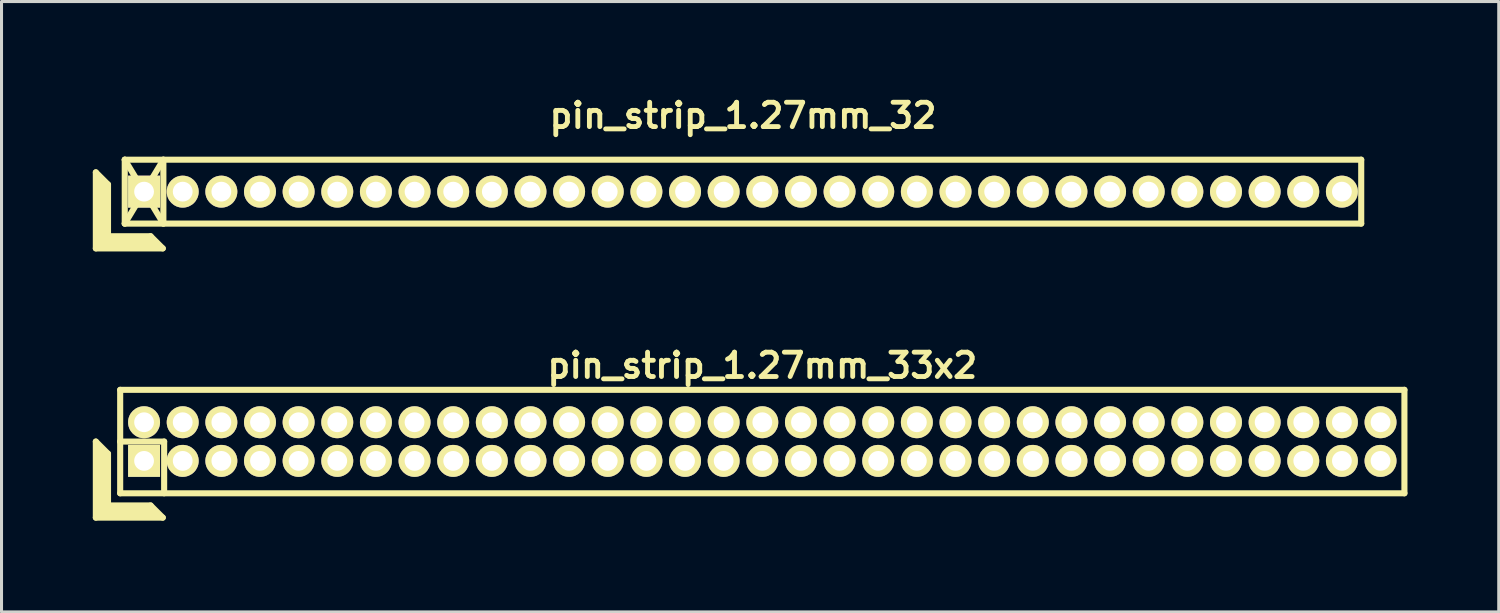
<source format=kicad_pcb>
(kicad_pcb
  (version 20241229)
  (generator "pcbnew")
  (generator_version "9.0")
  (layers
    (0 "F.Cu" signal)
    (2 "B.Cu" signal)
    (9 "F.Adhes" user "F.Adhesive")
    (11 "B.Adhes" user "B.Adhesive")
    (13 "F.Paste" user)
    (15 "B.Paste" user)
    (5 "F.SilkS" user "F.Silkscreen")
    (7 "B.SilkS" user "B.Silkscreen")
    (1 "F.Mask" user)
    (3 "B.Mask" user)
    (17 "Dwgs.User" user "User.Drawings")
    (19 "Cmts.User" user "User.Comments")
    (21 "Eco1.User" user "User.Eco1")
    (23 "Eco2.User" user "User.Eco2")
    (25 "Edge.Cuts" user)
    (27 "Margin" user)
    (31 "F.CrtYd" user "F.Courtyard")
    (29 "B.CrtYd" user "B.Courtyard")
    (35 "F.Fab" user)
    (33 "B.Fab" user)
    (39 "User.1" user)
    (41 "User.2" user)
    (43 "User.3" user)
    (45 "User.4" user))
  (footprint "pin_strip_1.27mm_32"
    (layer "F.Cu")
    (at 21.37 3.249)
    (property "Reference" "pin_strip_1.27mm_32" (at 0 -2.5 0) (layer "F.SilkS") (effects (font (size 0.8 0.8) (thickness 0.16))))
    (attr through_hole)
    (fp_line (start -21.27 -0.635) (end -21.27 1.865) (stroke (width 0.2) (type solid)) (layer "F.SilkS"))
    (fp_line (start -21.27 -0.635) (end -20.87 -0.235) (stroke (width 0.2) (type solid)) (layer "F.SilkS"))
    (fp_line (start -21.27 1.865) (end -19.07 1.865) (stroke (width 0.2) (type solid)) (layer "F.SilkS"))
    (fp_line (start -21.17 1.765) (end -21.17 -0.435) (stroke (width 0.2) (type solid)) (layer "F.SilkS"))
    (fp_line (start -21.17 1.765) (end -19.27 1.765) (stroke (width 0.2) (type solid)) (layer "F.SilkS"))
    (fp_line (start -21.07 1.665) (end -21.07 -0.335) (stroke (width 0.2) (type solid)) (layer "F.SilkS"))
    (fp_line (start -21.07 1.665) (end -19.37 1.665) (stroke (width 0.2) (type solid)) (layer "F.SilkS"))
    (fp_line (start -20.97 1.565) (end -20.97 -0.235) (stroke (width 0.2) (type solid)) (layer "F.SilkS"))
    (fp_line (start -20.97 1.565) (end -19.47 1.565) (stroke (width 0.2) (type solid)) (layer "F.SilkS"))
    (fp_line (start -20.87 1.465) (end -20.87 -0.235) (stroke (width 0.2) (type solid)) (layer "F.SilkS"))
    (fp_line (start -20.87 1.465) (end -19.47 1.465) (stroke (width 0.2) (type solid)) (layer "F.SilkS"))
    (fp_line (start -20.32 -1.05) (end -19.05 1.05) (stroke (width 0.2) (type solid)) (layer "F.SilkS"))
    (fp_line (start -20.32 -1.05) (end 20.32 -1.05) (stroke (width 0.2) (type solid)) (layer "F.SilkS"))
    (fp_line (start -20.32 1.05) (end -20.32 -1.05) (stroke (width 0.2) (type solid)) (layer "F.SilkS"))
    (fp_line (start -20.32 1.05) (end -19.05 -1.05) (stroke (width 0.2) (type solid)) (layer "F.SilkS"))
    (fp_line (start -19.47 1.465) (end -19.07 1.865) (stroke (width 0.2) (type solid)) (layer "F.SilkS"))
    (fp_line (start -19.05 -1.05) (end -19.05 1.05) (stroke (width 0.2) (type solid)) (layer "F.SilkS"))
    (fp_line (start 20.32 -1.05) (end 20.32 1.05) (stroke (width 0.2) (type solid)) (layer "F.SilkS"))
    (fp_line (start 20.32 1.05) (end -20.32 1.05) (stroke (width 0.2) (type solid)) (layer "F.SilkS"))
    (pad "1" thru_hole rect (at -19.685 0) (size 1.05 1.05) (drill 0.65) (layers "*.Cu" "*.Mask" "F.SilkS"))
    (pad "2" thru_hole oval (at -18.415 0) (size 1.05 1.05) (drill 0.65) (layers "*.Cu" "*.Mask" "F.SilkS"))
    (pad "3" thru_hole oval (at -17.145 0) (size 1.05 1.05) (drill 0.65) (layers "*.Cu" "*.Mask" "F.SilkS"))
    (pad "4" thru_hole oval (at -15.875 0) (size 1.05 1.05) (drill 0.65) (layers "*.Cu" "*.Mask" "F.SilkS"))
    (pad "5" thru_hole oval (at -14.605 0) (size 1.05 1.05) (drill 0.65) (layers "*.Cu" "*.Mask" "F.SilkS"))
    (pad "6" thru_hole oval (at -13.335 0) (size 1.05 1.05) (drill 0.65) (layers "*.Cu" "*.Mask" "F.SilkS"))
    (pad "7" thru_hole oval (at -12.065 0) (size 1.05 1.05) (drill 0.65) (layers "*.Cu" "*.Mask" "F.SilkS"))
    (pad "8" thru_hole oval (at -10.795 0) (size 1.05 1.05) (drill 0.65) (layers "*.Cu" "*.Mask" "F.SilkS"))
    (pad "9" thru_hole oval (at -9.525 0) (size 1.05 1.05) (drill 0.65) (layers "*.Cu" "*.Mask" "F.SilkS"))
    (pad "10" thru_hole oval (at -8.255 0) (size 1.05 1.05) (drill 0.65) (layers "*.Cu" "*.Mask" "F.SilkS"))
    (pad "11" thru_hole oval (at -6.985 0) (size 1.05 1.05) (drill 0.65) (layers "*.Cu" "*.Mask" "F.SilkS"))
    (pad "12" thru_hole oval (at -5.715 0) (size 1.05 1.05) (drill 0.65) (layers "*.Cu" "*.Mask" "F.SilkS"))
    (pad "13" thru_hole oval (at -4.445 0) (size 1.05 1.05) (drill 0.65) (layers "*.Cu" "*.Mask" "F.SilkS"))
    (pad "14" thru_hole oval (at -3.175 0) (size 1.05 1.05) (drill 0.65) (layers "*.Cu" "*.Mask" "F.SilkS"))
    (pad "15" thru_hole oval (at -1.905 0) (size 1.05 1.05) (drill 0.65) (layers "*.Cu" "*.Mask" "F.SilkS"))
    (pad "16" thru_hole oval (at -0.635 0) (size 1.05 1.05) (drill 0.65) (layers "*.Cu" "*.Mask" "F.SilkS"))
    (pad "17" thru_hole oval (at 0.635 0) (size 1.05 1.05) (drill 0.65) (layers "*.Cu" "*.Mask" "F.SilkS"))
    (pad "18" thru_hole oval (at 1.905 0) (size 1.05 1.05) (drill 0.65) (layers "*.Cu" "*.Mask" "F.SilkS"))
    (pad "19" thru_hole oval (at 3.175 0) (size 1.05 1.05) (drill 0.65) (layers "*.Cu" "*.Mask" "F.SilkS"))
    (pad "20" thru_hole oval (at 4.445 0) (size 1.05 1.05) (drill 0.65) (layers "*.Cu" "*.Mask" "F.SilkS"))
    (pad "21" thru_hole oval (at 5.715 0) (size 1.05 1.05) (drill 0.65) (layers "*.Cu" "*.Mask" "F.SilkS"))
    (pad "22" thru_hole oval (at 6.985 0) (size 1.05 1.05) (drill 0.65) (layers "*.Cu" "*.Mask" "F.SilkS"))
    (pad "23" thru_hole oval (at 8.255 0) (size 1.05 1.05) (drill 0.65) (layers "*.Cu" "*.Mask" "F.SilkS"))
    (pad "24" thru_hole oval (at 9.525 0) (size 1.05 1.05) (drill 0.65) (layers "*.Cu" "*.Mask" "F.SilkS"))
    (pad "25" thru_hole oval (at 10.795 0) (size 1.05 1.05) (drill 0.65) (layers "*.Cu" "*.Mask" "F.SilkS"))
    (pad "26" thru_hole oval (at 12.065 0) (size 1.05 1.05) (drill 0.65) (layers "*.Cu" "*.Mask" "F.SilkS"))
    (pad "27" thru_hole oval (at 13.335 0) (size 1.05 1.05) (drill 0.65) (layers "*.Cu" "*.Mask" "F.SilkS"))
    (pad "28" thru_hole oval (at 14.605 0) (size 1.05 1.05) (drill 0.65) (layers "*.Cu" "*.Mask" "F.SilkS"))
    (pad "29" thru_hole oval (at 15.875 0) (size 1.05 1.05) (drill 0.65) (layers "*.Cu" "*.Mask" "F.SilkS"))
    (pad "30" thru_hole oval (at 17.145 0) (size 1.05 1.05) (drill 0.65) (layers "*.Cu" "*.Mask" "F.SilkS"))
    (pad "31" thru_hole oval (at 18.415 0) (size 1.05 1.05) (drill 0.65) (layers "*.Cu" "*.Mask" "F.SilkS"))
    (pad "32" thru_hole oval (at 19.685 0) (size 1.05 1.05) (drill 0.65) (layers "*.Cu" "*.Mask" "F.SilkS")))
  (footprint "pin_strip_1.27mm_33x2"
    (layer "F.Cu")
    (at 22.005 11.463)
    (property "Reference" "pin_strip_1.27mm_33x2" (at 0 -2.5 0) (layer "F.SilkS") (effects (font (size 0.8 0.8) (thickness 0.16))))
    (attr through_hole)
    (fp_line (start -21.905 0) (end -21.905 2.5) (stroke (width 0.2) (type solid)) (layer "F.SilkS"))
    (fp_line (start -21.905 0) (end -21.505 0.4) (stroke (width 0.2) (type solid)) (layer "F.SilkS"))
    (fp_line (start -21.905 2.5) (end -19.705 2.5) (stroke (width 0.2) (type solid)) (layer "F.SilkS"))
    (fp_line (start -21.805 2.4) (end -21.805 0.2) (stroke (width 0.2) (type solid)) (layer "F.SilkS"))
    (fp_line (start -21.805 2.4) (end -19.905 2.4) (stroke (width 0.2) (type solid)) (layer "F.SilkS"))
    (fp_line (start -21.705 2.3) (end -21.705 0.3) (stroke (width 0.2) (type solid)) (layer "F.SilkS"))
    (fp_line (start -21.705 2.3) (end -20.005 2.3) (stroke (width 0.2) (type solid)) (layer "F.SilkS"))
    (fp_line (start -21.605 2.2) (end -21.605 0.4) (stroke (width 0.2) (type solid)) (layer "F.SilkS"))
    (fp_line (start -21.605 2.2) (end -20.105 2.2) (stroke (width 0.2) (type solid)) (layer "F.SilkS"))
    (fp_line (start -21.505 2.1) (end -21.505 0.4) (stroke (width 0.2) (type solid)) (layer "F.SilkS"))
    (fp_line (start -21.505 2.1) (end -20.105 2.1) (stroke (width 0.2) (type solid)) (layer "F.SilkS"))
    (fp_line (start -21.11 0) (end -19.66 0) (stroke (width 0.2) (type solid)) (layer "F.SilkS"))
    (fp_line (start -21.105 -1.7) (end 21.105 -1.7) (stroke (width 0.2) (type solid)) (layer "F.SilkS"))
    (fp_line (start -21.105 1.7) (end -21.105 -1.7) (stroke (width 0.2) (type solid)) (layer "F.SilkS"))
    (fp_line (start -20.105 2.1) (end -19.705 2.5) (stroke (width 0.2) (type solid)) (layer "F.SilkS"))
    (fp_line (start -19.66 0) (end -19.66 1.7) (stroke (width 0.2) (type solid)) (layer "F.SilkS"))
    (fp_line (start 21.105 -1.7) (end 21.105 1.7) (stroke (width 0.2) (type solid)) (layer "F.SilkS"))
    (fp_line (start 21.105 1.7) (end -21.105 1.7) (stroke (width 0.2) (type solid)) (layer "F.SilkS"))
    (pad "1" thru_hole rect (at -20.32 0.635) (size 1.05 1.05) (drill 0.65) (layers "*.Cu" "*.Mask" "F.SilkS"))
    (pad "2" thru_hole oval (at -20.32 -0.635) (size 1.05 1.05) (drill 0.65) (layers "*.Cu" "*.Mask" "F.SilkS"))
    (pad "3" thru_hole oval (at -19.05 0.635) (size 1.05 1.05) (drill 0.65) (layers "*.Cu" "*.Mask" "F.SilkS"))
    (pad "4" thru_hole oval (at -19.05 -0.635) (size 1.05 1.05) (drill 0.65) (layers "*.Cu" "*.Mask" "F.SilkS"))
    (pad "5" thru_hole oval (at -17.78 0.635) (size 1.05 1.05) (drill 0.65) (layers "*.Cu" "*.Mask" "F.SilkS"))
    (pad "6" thru_hole oval (at -17.78 -0.635) (size 1.05 1.05) (drill 0.65) (layers "*.Cu" "*.Mask" "F.SilkS"))
    (pad "7" thru_hole oval (at -16.51 0.635) (size 1.05 1.05) (drill 0.65) (layers "*.Cu" "*.Mask" "F.SilkS"))
    (pad "8" thru_hole oval (at -16.51 -0.635) (size 1.05 1.05) (drill 0.65) (layers "*.Cu" "*.Mask" "F.SilkS"))
    (pad "9" thru_hole oval (at -15.24 0.635) (size 1.05 1.05) (drill 0.65) (layers "*.Cu" "*.Mask" "F.SilkS"))
    (pad "10" thru_hole oval (at -15.24 -0.635) (size 1.05 1.05) (drill 0.65) (layers "*.Cu" "*.Mask" "F.SilkS"))
    (pad "11" thru_hole oval (at -13.97 0.635) (size 1.05 1.05) (drill 0.65) (layers "*.Cu" "*.Mask" "F.SilkS"))
    (pad "12" thru_hole oval (at -13.97 -0.635) (size 1.05 1.05) (drill 0.65) (layers "*.Cu" "*.Mask" "F.SilkS"))
    (pad "13" thru_hole oval (at -12.7 0.635) (size 1.05 1.05) (drill 0.65) (layers "*.Cu" "*.Mask" "F.SilkS"))
    (pad "14" thru_hole oval (at -12.7 -0.635) (size 1.05 1.05) (drill 0.65) (layers "*.Cu" "*.Mask" "F.SilkS"))
    (pad "15" thru_hole oval (at -11.43 0.635) (size 1.05 1.05) (drill 0.65) (layers "*.Cu" "*.Mask" "F.SilkS"))
    (pad "16" thru_hole oval (at -11.43 -0.635) (size 1.05 1.05) (drill 0.65) (layers "*.Cu" "*.Mask" "F.SilkS"))
    (pad "17" thru_hole oval (at -10.16 0.635) (size 1.05 1.05) (drill 0.65) (layers "*.Cu" "*.Mask" "F.SilkS"))
    (pad "18" thru_hole oval (at -10.16 -0.635) (size 1.05 1.05) (drill 0.65) (layers "*.Cu" "*.Mask" "F.SilkS"))
    (pad "19" thru_hole oval (at -8.89 0.635) (size 1.05 1.05) (drill 0.65) (layers "*.Cu" "*.Mask" "F.SilkS"))
    (pad "20" thru_hole oval (at -8.89 -0.635) (size 1.05 1.05) (drill 0.65) (layers "*.Cu" "*.Mask" "F.SilkS"))
    (pad "21" thru_hole oval (at -7.62 0.635) (size 1.05 1.05) (drill 0.65) (layers "*.Cu" "*.Mask" "F.SilkS"))
    (pad "22" thru_hole oval (at -7.62 -0.635) (size 1.05 1.05) (drill 0.65) (layers "*.Cu" "*.Mask" "F.SilkS"))
    (pad "23" thru_hole oval (at -6.35 0.635) (size 1.05 1.05) (drill 0.65) (layers "*.Cu" "*.Mask" "F.SilkS"))
    (pad "24" thru_hole oval (at -6.35 -0.635) (size 1.05 1.05) (drill 0.65) (layers "*.Cu" "*.Mask" "F.SilkS"))
    (pad "25" thru_hole oval (at -5.08 0.635) (size 1.05 1.05) (drill 0.65) (layers "*.Cu" "*.Mask" "F.SilkS"))
    (pad "26" thru_hole oval (at -5.08 -0.635) (size 1.05 1.05) (drill 0.65) (layers "*.Cu" "*.Mask" "F.SilkS"))
    (pad "27" thru_hole oval (at -3.81 0.635) (size 1.05 1.05) (drill 0.65) (layers "*.Cu" "*.Mask" "F.SilkS"))
    (pad "28" thru_hole oval (at -3.81 -0.635) (size 1.05 1.05) (drill 0.65) (layers "*.Cu" "*.Mask" "F.SilkS"))
    (pad "29" thru_hole oval (at -2.54 0.635) (size 1.05 1.05) (drill 0.65) (layers "*.Cu" "*.Mask" "F.SilkS"))
    (pad "30" thru_hole oval (at -2.54 -0.635) (size 1.05 1.05) (drill 0.65) (layers "*.Cu" "*.Mask" "F.SilkS"))
    (pad "31" thru_hole oval (at -1.27 0.635) (size 1.05 1.05) (drill 0.65) (layers "*.Cu" "*.Mask" "F.SilkS"))
    (pad "32" thru_hole oval (at -1.27 -0.635) (size 1.05 1.05) (drill 0.65) (layers "*.Cu" "*.Mask" "F.SilkS"))
    (pad "33" thru_hole oval (at 0 0.635) (size 1.05 1.05) (drill 0.65) (layers "*.Cu" "*.Mask" "F.SilkS"))
    (pad "34" thru_hole oval (at 0 -0.635) (size 1.05 1.05) (drill 0.65) (layers "*.Cu" "*.Mask" "F.SilkS"))
    (pad "35" thru_hole oval (at 1.27 0.635) (size 1.05 1.05) (drill 0.65) (layers "*.Cu" "*.Mask" "F.SilkS"))
    (pad "36" thru_hole oval (at 1.27 -0.635) (size 1.05 1.05) (drill 0.65) (layers "*.Cu" "*.Mask" "F.SilkS"))
    (pad "37" thru_hole oval (at 2.54 0.635) (size 1.05 1.05) (drill 0.65) (layers "*.Cu" "*.Mask" "F.SilkS"))
    (pad "38" thru_hole oval (at 2.54 -0.635) (size 1.05 1.05) (drill 0.65) (layers "*.Cu" "*.Mask" "F.SilkS"))
    (pad "39" thru_hole oval (at 3.81 0.635) (size 1.05 1.05) (drill 0.65) (layers "*.Cu" "*.Mask" "F.SilkS"))
    (pad "40" thru_hole oval (at 3.81 -0.635) (size 1.05 1.05) (drill 0.65) (layers "*.Cu" "*.Mask" "F.SilkS"))
    (pad "41" thru_hole oval (at 5.08 0.635) (size 1.05 1.05) (drill 0.65) (layers "*.Cu" "*.Mask" "F.SilkS"))
    (pad "42" thru_hole oval (at 5.08 -0.635) (size 1.05 1.05) (drill 0.65) (layers "*.Cu" "*.Mask" "F.SilkS"))
    (pad "43" thru_hole oval (at 6.35 0.635) (size 1.05 1.05) (drill 0.65) (layers "*.Cu" "*.Mask" "F.SilkS"))
    (pad "44" thru_hole oval (at 6.35 -0.635) (size 1.05 1.05) (drill 0.65) (layers "*.Cu" "*.Mask" "F.SilkS"))
    (pad "45" thru_hole oval (at 7.62 0.635) (size 1.05 1.05) (drill 0.65) (layers "*.Cu" "*.Mask" "F.SilkS"))
    (pad "46" thru_hole oval (at 7.62 -0.635) (size 1.05 1.05) (drill 0.65) (layers "*.Cu" "*.Mask" "F.SilkS"))
    (pad "47" thru_hole oval (at 8.89 0.635) (size 1.05 1.05) (drill 0.65) (layers "*.Cu" "*.Mask" "F.SilkS"))
    (pad "48" thru_hole oval (at 8.89 -0.635) (size 1.05 1.05) (drill 0.65) (layers "*.Cu" "*.Mask" "F.SilkS"))
    (pad "49" thru_hole oval (at 10.16 0.635) (size 1.05 1.05) (drill 0.65) (layers "*.Cu" "*.Mask" "F.SilkS"))
    (pad "50" thru_hole oval (at 10.16 -0.635) (size 1.05 1.05) (drill 0.65) (layers "*.Cu" "*.Mask" "F.SilkS"))
    (pad "51" thru_hole circle (at 11.43 0.635) (size 1.05 1.05) (drill 0.65) (layers "*.Cu" "*.Mask" "F.SilkS"))
    (pad "52" thru_hole oval (at 11.43 -0.635) (size 1.05 1.05) (drill 0.65) (layers "*.Cu" "*.Mask" "F.SilkS"))
    (pad "53" thru_hole oval (at 12.7 0.635) (size 1.05 1.05) (drill 0.65) (layers "*.Cu" "*.Mask" "F.SilkS"))
    (pad "54" thru_hole oval (at 12.7 -0.635) (size 1.05 1.05) (drill 0.65) (layers "*.Cu" "*.Mask" "F.SilkS"))
    (pad "55" thru_hole oval (at 13.97 0.635) (size 1.05 1.05) (drill 0.65) (layers "*.Cu" "*.Mask" "F.SilkS"))
    (pad "56" thru_hole oval (at 13.97 -0.635) (size 1.05 1.05) (drill 0.65) (layers "*.Cu" "*.Mask" "F.SilkS"))
    (pad "57" thru_hole oval (at 15.24 0.635) (size 1.05 1.05) (drill 0.65) (layers "*.Cu" "*.Mask" "F.SilkS"))
    (pad "58" thru_hole oval (at 15.24 -0.635) (size 1.05 1.05) (drill 0.65) (layers "*.Cu" "*.Mask" "F.SilkS"))
    (pad "59" thru_hole oval (at 16.51 0.635) (size 1.05 1.05) (drill 0.65) (layers "*.Cu" "*.Mask" "F.SilkS"))
    (pad "60" thru_hole oval (at 16.51 -0.635) (size 1.05 1.05) (drill 0.65) (layers "*.Cu" "*.Mask" "F.SilkS"))
    (pad "61" thru_hole oval (at 17.78 0.635) (size 1.05 1.05) (drill 0.65) (layers "*.Cu" "*.Mask" "F.SilkS"))
    (pad "62" thru_hole oval (at 17.78 -0.635) (size 1.05 1.05) (drill 0.65) (layers "*.Cu" "*.Mask" "F.SilkS"))
    (pad "63" thru_hole oval (at 19.05 0.635) (size 1.05 1.05) (drill 0.65) (layers "*.Cu" "*.Mask" "F.SilkS"))
    (pad "64" thru_hole oval (at 19.05 -0.635) (size 1.05 1.05) (drill 0.65) (layers "*.Cu" "*.Mask" "F.SilkS"))
    (pad "65" thru_hole oval (at 20.32 0.635) (size 1.05 1.05) (drill 0.65) (layers "*.Cu" "*.Mask" "F.SilkS"))
    (pad "66" thru_hole oval (at 20.32 -0.635) (size 1.05 1.05) (drill 0.65) (layers "*.Cu" "*.Mask" "F.SilkS")))
  (gr_rect
    (start -3 -3)
    (end 46.21 17.063)
    (stroke (width 0.1) (type default))
    (fill no)
    (layer "Edge.Cuts")))
</source>
